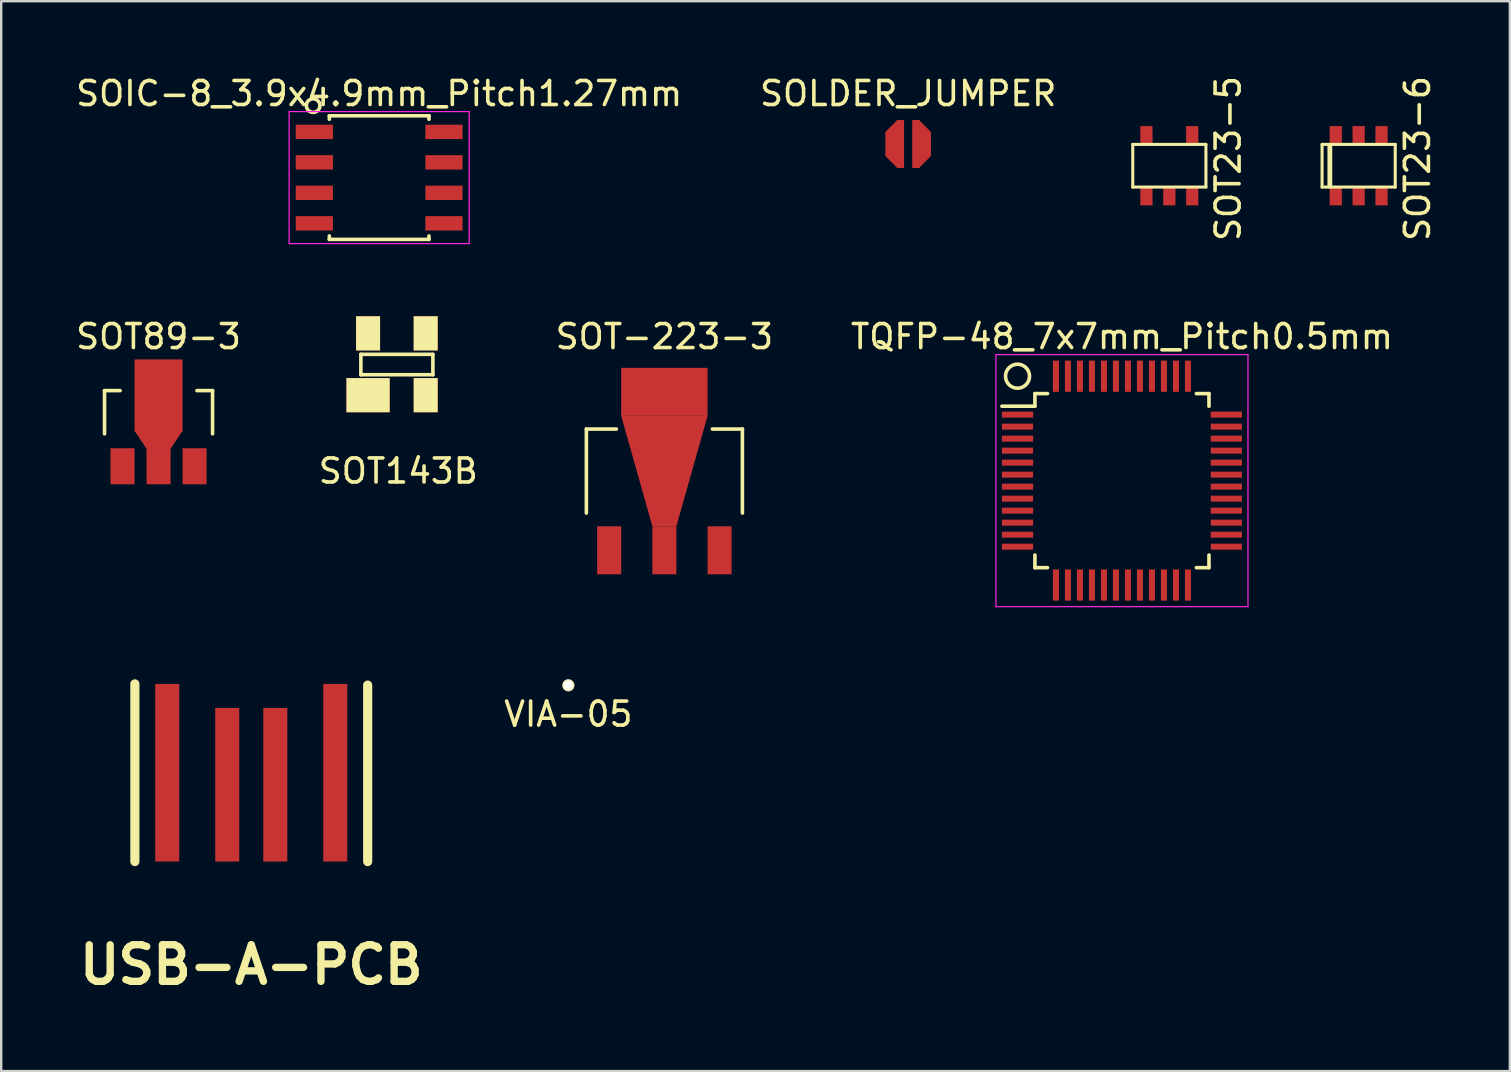
<source format=kicad_pcb>
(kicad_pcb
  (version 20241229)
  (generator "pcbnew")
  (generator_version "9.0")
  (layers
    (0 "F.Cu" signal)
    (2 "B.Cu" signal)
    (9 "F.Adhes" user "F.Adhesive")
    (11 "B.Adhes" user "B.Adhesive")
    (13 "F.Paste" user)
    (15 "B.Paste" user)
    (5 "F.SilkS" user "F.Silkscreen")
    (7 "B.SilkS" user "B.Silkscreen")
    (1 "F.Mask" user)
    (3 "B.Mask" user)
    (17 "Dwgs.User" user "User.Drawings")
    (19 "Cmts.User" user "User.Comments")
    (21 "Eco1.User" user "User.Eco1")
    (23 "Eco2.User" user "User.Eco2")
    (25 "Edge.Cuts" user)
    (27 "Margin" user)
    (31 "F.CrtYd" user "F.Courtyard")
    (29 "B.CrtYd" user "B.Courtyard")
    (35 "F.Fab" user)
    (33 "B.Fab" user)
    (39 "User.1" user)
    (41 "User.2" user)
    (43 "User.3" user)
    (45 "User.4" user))
  (footprint "USB-A-PCB"
    (layer "F.Cu")
    (at 7.417 29.138)
    (property "Reference" "USB-A-PCB" (at 0 8.001 0) (layer "F.SilkS") (effects (font (size 1.524 1.524) (thickness 0.305))))
    (attr through_hole)
    (fp_line (start -4.849 3.701) (end -4.849 -3.701) (stroke (width 0.381) (type solid)) (layer "F.SilkS"))
    (fp_line (start 4.849 3.701) (end 4.849 -3.65) (stroke (width 0.381) (type solid)) (layer "F.SilkS"))
    (pad "1" smd rect (at -3.5 0) (size 1.001 7.399) (layers "F.Cu" "F.Mask" "F.Paste"))
    (pad "2" smd rect (at -1.001 0.5) (size 1.001 6.401) (layers "F.Cu" "F.Mask" "F.Paste"))
    (pad "3" smd rect (at 1.001 0.5) (size 1.001 6.401) (layers "F.Cu" "F.Mask" "F.Paste"))
    (pad "4" smd rect (at 3.5 0) (size 1.001 7.399) (layers "F.Cu" "F.Mask" "F.Paste")))
  (footprint "SOT23-6"
    (layer "F.Cu")
    (at 53.545 3.854)
    (property "Reference" "SOT23-6" (at 2.45 -0.3 90) (layer "F.SilkS") (effects (font (size 1 1) (thickness 0.15))))
    (attr smd)
    (fp_line (start -1.524 -0.889) (end 1.524 -0.889) (stroke (width 0.127) (type solid)) (layer "F.SilkS"))
    (fp_line (start -1.524 0.889) (end -1.524 -0.889) (stroke (width 0.127) (type solid)) (layer "F.SilkS"))
    (fp_line (start -1.2 -0.85) (end -1.2 0.85) (stroke (width 0.2) (type solid)) (layer "F.SilkS"))
    (fp_line (start 1.524 -0.889) (end 1.524 0.889) (stroke (width 0.127) (type solid)) (layer "F.SilkS"))
    (fp_line (start 1.524 0.889) (end -1.524 0.889) (stroke (width 0.127) (type solid)) (layer "F.SilkS"))
    (pad "1" smd rect (at -0.953 1.27) (size 0.508 0.762) (layers "F.Cu" "F.Mask" "F.Paste"))
    (pad "2" smd rect (at 0 1.27) (size 0.508 0.762) (layers "F.Cu" "F.Mask" "F.Paste"))
    (pad "3" smd rect (at 0.953 1.27) (size 0.508 0.762) (layers "F.Cu" "F.Mask" "F.Paste"))
    (pad "4" smd rect (at 0.953 -1.27) (size 0.508 0.762) (layers "F.Cu" "F.Mask" "F.Paste"))
    (pad "5" smd rect (at 0 -1.27) (size 0.508 0.762) (layers "F.Cu" "F.Mask" "F.Paste"))
    (pad "6" smd rect (at -0.953 -1.27) (size 0.508 0.762) (layers "F.Cu" "F.Mask" "F.Paste")))
  (footprint "SOT-223-3"
    (layer "F.Cu")
    (at 24.625 16.572)
    (property "Reference" "SOT-223-3" (at 0 -5.6 0) (layer "F.SilkS") (effects (font (size 1 1) (thickness 0.15))))
    (attr smd)
    (fp_line (start -3.25 -1.75) (end -3.25 1.75) (stroke (width 0.15) (type solid)) (layer "F.SilkS"))
    (fp_line (start -3.25 -1.75) (end -2 -1.75) (stroke (width 0.15) (type solid)) (layer "F.SilkS"))
    (fp_line (start 3.25 -1.75) (end 2 -1.75) (stroke (width 0.15) (type solid)) (layer "F.SilkS"))
    (fp_line (start 3.25 1.75) (end 3.25 -1.75) (stroke (width 0.15) (type solid)) (layer "F.SilkS"))
    (pad "1" smd rect (at -2.3 3.3) (size 1 2) (layers "F.Cu" "F.Mask" "F.Paste"))
    (pad "2" smd rect (at 0 -3.3) (size 3.6 2) (layers "F.Cu" "F.Mask" "F.Paste"))
    (pad "2" smd trapezoid (at 0 0) (size 2.3 4.6) (rect_delta 0 -1.3) (layers "F.Cu" "F.Mask" "F.Paste"))
    (pad "2" smd rect (at 0 3.3) (size 1 2) (layers "F.Cu" "F.Mask" "F.Paste"))
    (pad "3" smd rect (at 2.3 3.3) (size 1 2) (layers "F.Cu" "F.Mask" "F.Paste")))
  (footprint "TQFP-48_7x7mm_Pitch0.5mm"
    (layer "F.Cu")
    (at 43.685 16.971)
    (property "Reference" "TQFP-48_7x7mm_Pitch0.5mm" (at 0 -6 0) (layer "F.SilkS") (effects (font (size 1 1) (thickness 0.15))))
    (attr smd)
    (fp_line (start -3.625 -3.625) (end -3.625 -3.1) (stroke (width 0.15) (type solid)) (layer "F.SilkS"))
    (fp_line (start -3.625 -3.625) (end -3.1 -3.625) (stroke (width 0.15) (type solid)) (layer "F.SilkS"))
    (fp_line (start -3.625 -3.1) (end -5 -3.1) (stroke (width 0.15) (type solid)) (layer "F.SilkS"))
    (fp_line (start -3.625 3.625) (end -3.625 3.1) (stroke (width 0.15) (type solid)) (layer "F.SilkS"))
    (fp_line (start -3.625 3.625) (end -3.1 3.625) (stroke (width 0.15) (type solid)) (layer "F.SilkS"))
    (fp_line (start 3.625 -3.625) (end 3.1 -3.625) (stroke (width 0.15) (type solid)) (layer "F.SilkS"))
    (fp_line (start 3.625 -3.625) (end 3.625 -3.1) (stroke (width 0.15) (type solid)) (layer "F.SilkS"))
    (fp_line (start 3.625 3.625) (end 3.1 3.625) (stroke (width 0.15) (type solid)) (layer "F.SilkS"))
    (fp_line (start 3.625 3.625) (end 3.625 3.1) (stroke (width 0.15) (type solid)) (layer "F.SilkS"))
    (fp_circle (center -4.35 -4.35) (end -4.35 -4.85) (stroke (width 0.15) (type solid)) (fill no) (layer "F.SilkS"))
    (fp_line (start -5.25 -5.25) (end -5.25 5.25) (stroke (width 0.05) (type solid)) (layer "F.CrtYd"))
    (fp_line (start -5.25 -5.25) (end 5.25 -5.25) (stroke (width 0.05) (type solid)) (layer "F.CrtYd"))
    (fp_line (start -5.25 5.25) (end 5.25 5.25) (stroke (width 0.05) (type solid)) (layer "F.CrtYd"))
    (fp_line (start 5.25 -5.25) (end 5.25 5.25) (stroke (width 0.05) (type solid)) (layer "F.CrtYd"))
    (pad "1" smd rect (at -4.35 -2.75) (size 1.3 0.25) (layers "F.Cu" "F.Mask" "F.Paste"))
    (pad "2" smd rect (at -4.35 -2.25) (size 1.3 0.25) (layers "F.Cu" "F.Mask" "F.Paste"))
    (pad "3" smd rect (at -4.35 -1.75) (size 1.3 0.25) (layers "F.Cu" "F.Mask" "F.Paste"))
    (pad "4" smd rect (at -4.35 -1.25) (size 1.3 0.25) (layers "F.Cu" "F.Mask" "F.Paste"))
    (pad "5" smd rect (at -4.35 -0.75) (size 1.3 0.25) (layers "F.Cu" "F.Mask" "F.Paste"))
    (pad "6" smd rect (at -4.35 -0.25) (size 1.3 0.25) (layers "F.Cu" "F.Mask" "F.Paste"))
    (pad "7" smd rect (at -4.35 0.25) (size 1.3 0.25) (layers "F.Cu" "F.Mask" "F.Paste"))
    (pad "8" smd rect (at -4.35 0.75) (size 1.3 0.25) (layers "F.Cu" "F.Mask" "F.Paste"))
    (pad "9" smd rect (at -4.35 1.25) (size 1.3 0.25) (layers "F.Cu" "F.Mask" "F.Paste"))
    (pad "10" smd rect (at -4.35 1.75) (size 1.3 0.25) (layers "F.Cu" "F.Mask" "F.Paste"))
    (pad "11" smd rect (at -4.35 2.25) (size 1.3 0.25) (layers "F.Cu" "F.Mask" "F.Paste"))
    (pad "12" smd rect (at -4.35 2.75) (size 1.3 0.25) (layers "F.Cu" "F.Mask" "F.Paste"))
    (pad "13" smd rect (at -2.75 4.35 90) (size 1.3 0.25) (layers "F.Cu" "F.Mask" "F.Paste"))
    (pad "14" smd rect (at -2.25 4.35 90) (size 1.3 0.25) (layers "F.Cu" "F.Mask" "F.Paste"))
    (pad "15" smd rect (at -1.75 4.35 90) (size 1.3 0.25) (layers "F.Cu" "F.Mask" "F.Paste"))
    (pad "16" smd rect (at -1.25 4.35 90) (size 1.3 0.25) (layers "F.Cu" "F.Mask" "F.Paste"))
    (pad "17" smd rect (at -0.75 4.35 90) (size 1.3 0.25) (layers "F.Cu" "F.Mask" "F.Paste"))
    (pad "18" smd rect (at -0.25 4.35 90) (size 1.3 0.25) (layers "F.Cu" "F.Mask" "F.Paste"))
    (pad "19" smd rect (at 0.25 4.35 90) (size 1.3 0.25) (layers "F.Cu" "F.Mask" "F.Paste"))
    (pad "20" smd rect (at 0.75 4.35 90) (size 1.3 0.25) (layers "F.Cu" "F.Mask" "F.Paste"))
    (pad "21" smd rect (at 1.25 4.35 90) (size 1.3 0.25) (layers "F.Cu" "F.Mask" "F.Paste"))
    (pad "22" smd rect (at 1.75 4.35 90) (size 1.3 0.25) (layers "F.Cu" "F.Mask" "F.Paste"))
    (pad "23" smd rect (at 2.25 4.35 90) (size 1.3 0.25) (layers "F.Cu" "F.Mask" "F.Paste"))
    (pad "24" smd rect (at 2.75 4.35 90) (size 1.3 0.25) (layers "F.Cu" "F.Mask" "F.Paste"))
    (pad "25" smd rect (at 4.35 2.75) (size 1.3 0.25) (layers "F.Cu" "F.Mask" "F.Paste"))
    (pad "26" smd rect (at 4.35 2.25) (size 1.3 0.25) (layers "F.Cu" "F.Mask" "F.Paste"))
    (pad "27" smd rect (at 4.35 1.75) (size 1.3 0.25) (layers "F.Cu" "F.Mask" "F.Paste"))
    (pad "28" smd rect (at 4.35 1.25) (size 1.3 0.25) (layers "F.Cu" "F.Mask" "F.Paste"))
    (pad "29" smd rect (at 4.35 0.75) (size 1.3 0.25) (layers "F.Cu" "F.Mask" "F.Paste"))
    (pad "30" smd rect (at 4.35 0.25) (size 1.3 0.25) (layers "F.Cu" "F.Mask" "F.Paste"))
    (pad "31" smd rect (at 4.35 -0.25) (size 1.3 0.25) (layers "F.Cu" "F.Mask" "F.Paste"))
    (pad "32" smd rect (at 4.35 -0.75) (size 1.3 0.25) (layers "F.Cu" "F.Mask" "F.Paste"))
    (pad "33" smd rect (at 4.35 -1.25) (size 1.3 0.25) (layers "F.Cu" "F.Mask" "F.Paste"))
    (pad "34" smd rect (at 4.35 -1.75) (size 1.3 0.25) (layers "F.Cu" "F.Mask" "F.Paste"))
    (pad "35" smd rect (at 4.35 -2.25) (size 1.3 0.25) (layers "F.Cu" "F.Mask" "F.Paste"))
    (pad "36" smd rect (at 4.35 -2.75) (size 1.3 0.25) (layers "F.Cu" "F.Mask" "F.Paste"))
    (pad "37" smd rect (at 2.75 -4.35 90) (size 1.3 0.25) (layers "F.Cu" "F.Mask" "F.Paste"))
    (pad "38" smd rect (at 2.25 -4.35 90) (size 1.3 0.25) (layers "F.Cu" "F.Mask" "F.Paste"))
    (pad "39" smd rect (at 1.75 -4.35 90) (size 1.3 0.25) (layers "F.Cu" "F.Mask" "F.Paste"))
    (pad "40" smd rect (at 1.25 -4.35 90) (size 1.3 0.25) (layers "F.Cu" "F.Mask" "F.Paste"))
    (pad "41" smd rect (at 0.75 -4.35 90) (size 1.3 0.25) (layers "F.Cu" "F.Mask" "F.Paste"))
    (pad "42" smd rect (at 0.25 -4.35 90) (size 1.3 0.25) (layers "F.Cu" "F.Mask" "F.Paste"))
    (pad "43" smd rect (at -0.25 -4.35 90) (size 1.3 0.25) (layers "F.Cu" "F.Mask" "F.Paste"))
    (pad "44" smd rect (at -0.75 -4.35 90) (size 1.3 0.25) (layers "F.Cu" "F.Mask" "F.Paste"))
    (pad "45" smd rect (at -1.25 -4.35 90) (size 1.3 0.25) (layers "F.Cu" "F.Mask" "F.Paste"))
    (pad "46" smd rect (at -1.75 -4.35 90) (size 1.3 0.25) (layers "F.Cu" "F.Mask" "F.Paste"))
    (pad "47" smd rect (at -2.25 -4.35 90) (size 1.3 0.25) (layers "F.Cu" "F.Mask" "F.Paste"))
    (pad "48" smd rect (at -2.75 -4.35 90) (size 1.3 0.25) (layers "F.Cu" "F.Mask" "F.Paste")))
  (footprint "SOIC-8_3.9x4.9mm_Pitch1.27mm"
    (layer "F.Cu")
    (at 12.744 4.348)
    (property "Reference" "SOIC-8_3.9x4.9mm_Pitch1.27mm" (at 0 -3.5 0) (layer "F.SilkS") (effects (font (size 1 1) (thickness 0.15))))
    (attr smd)
    (fp_line (start -2.075 -2.575) (end -2.075 -2.43) (stroke (width 0.15) (type solid)) (layer "F.SilkS"))
    (fp_line (start -2.075 -2.575) (end 2.075 -2.575) (stroke (width 0.15) (type solid)) (layer "F.SilkS"))
    (fp_line (start -2.075 2.575) (end -2.075 2.43) (stroke (width 0.15) (type solid)) (layer "F.SilkS"))
    (fp_line (start -2.075 2.575) (end 2.075 2.575) (stroke (width 0.15) (type solid)) (layer "F.SilkS"))
    (fp_line (start 2.075 -2.575) (end 2.075 -2.43) (stroke (width 0.15) (type solid)) (layer "F.SilkS"))
    (fp_line (start 2.075 2.575) (end 2.075 2.43) (stroke (width 0.15) (type solid)) (layer "F.SilkS"))
    (fp_circle (center -2.75 -3) (end -2.55 -2.8) (stroke (width 0.15) (type solid)) (fill no) (layer "F.SilkS"))
    (fp_line (start -3.75 -2.75) (end -3.75 2.75) (stroke (width 0.05) (type solid)) (layer "F.CrtYd"))
    (fp_line (start -3.75 -2.75) (end 3.75 -2.75) (stroke (width 0.05) (type solid)) (layer "F.CrtYd"))
    (fp_line (start -3.75 2.75) (end 3.75 2.75) (stroke (width 0.05) (type solid)) (layer "F.CrtYd"))
    (fp_line (start 3.75 -2.75) (end 3.75 2.75) (stroke (width 0.05) (type solid)) (layer "F.CrtYd"))
    (pad "1" smd rect (at -2.7 -1.905) (size 1.55 0.6) (layers "F.Cu" "F.Mask" "F.Paste"))
    (pad "2" smd rect (at -2.7 -0.635) (size 1.55 0.6) (layers "F.Cu" "F.Mask" "F.Paste"))
    (pad "3" smd rect (at -2.7 0.635) (size 1.55 0.6) (layers "F.Cu" "F.Mask" "F.Paste"))
    (pad "4" smd rect (at -2.7 1.905) (size 1.55 0.6) (layers "F.Cu" "F.Mask" "F.Paste"))
    (pad "5" smd rect (at 2.7 1.905) (size 1.55 0.6) (layers "F.Cu" "F.Mask" "F.Paste"))
    (pad "6" smd rect (at 2.7 0.635) (size 1.55 0.6) (layers "F.Cu" "F.Mask" "F.Paste"))
    (pad "7" smd rect (at 2.7 -0.635) (size 1.55 0.6) (layers "F.Cu" "F.Mask" "F.Paste"))
    (pad "8" smd rect (at 2.7 -1.905) (size 1.55 0.6) (layers "F.Cu" "F.Mask" "F.Paste")))
  (footprint "SOT89-3"
    (layer "F.Cu")
    (at 3.554 14.521)
    (property "Reference" "SOT89-3" (at 0 -3.55 0) (layer "F.SilkS") (effects (font (size 1 1) (thickness 0.15))))
    (attr smd)
    (fp_line (start -2.25 -1.3) (end -2.25 0.5) (stroke (width 0.15) (type solid)) (layer "F.SilkS"))
    (fp_line (start -2.25 -1.3) (end -1.6 -1.3) (stroke (width 0.15) (type solid)) (layer "F.SilkS"))
    (fp_line (start 2.25 -1.3) (end 1.6 -1.3) (stroke (width 0.15) (type solid)) (layer "F.SilkS"))
    (fp_line (start 2.25 -1.3) (end 2.25 0.5) (stroke (width 0.15) (type solid)) (layer "F.SilkS"))
    (pad "1" smd rect (at -1.501 1.852) (size 1.001 1.501) (layers "F.Cu" "F.Mask" "F.Paste"))
    (pad "2" smd rect (at 0 -1.1) (size 1.999 3) (layers "F.Cu" "F.Mask" "F.Paste"))
    (pad "2" smd trapezoid (at 0 0.749 180) (size 1.501 0.749) (rect_delta 0 0.5) (layers "F.Cu" "F.Mask" "F.Paste"))
    (pad "2" smd rect (at 0 1.852) (size 1.001 1.501) (layers "F.Cu" "F.Mask" "F.Paste"))
    (pad "3" smd rect (at 1.501 1.852) (size 1.001 1.501) (layers "F.Cu" "F.Mask" "F.Paste")))
  (footprint "VIA-05"
    (layer "F.Cu")
    (at 20.625 25.497)
    (property "Reference" "VIA-05" (at 0 1.2 0) (layer "F.SilkS") (effects (font (size 1 1) (thickness 0.15))))
    (attr through_hole)
    (pad "" thru_hole circle (at 0 0) (size 0.5 0.5) (drill 0.4) (layers "*.Cu" "*.Mask" "F.SilkS")))
  (footprint "SOLDER_JUMPER"
    (layer "F.Cu")
    (at 34.78 2.948)
    (property "Reference" "SOLDER_JUMPER" (at 0 -2.1 0) (layer "F.SilkS") (effects (font (size 1 1) (thickness 0.15))))
    (attr through_hole)
    (pad "1" smd trapezoid (at -0.7 0) (size 0.5 1.5) (rect_delta -0.5 0) (layers "F.Cu" "F.Mask" "F.Paste"))
    (pad "1" smd rect (at -0.32 0) (size 0.3 2) (layers "F.Cu" "F.Mask" "F.Paste"))
    (pad "2" smd rect (at 0.32 0) (size 0.3 2) (layers "F.Cu" "F.Mask" "F.Paste"))
    (pad "2" smd trapezoid (at 0.7 0) (size 0.5 1.5) (rect_delta 0.5 0) (layers "F.Cu" "F.Mask" "F.Paste")))
  (footprint "SOT143B"
    (layer "F.Cu")
    (at 13.482 13.411)
    (property "Reference" "SOT143B" (at 0.06 3.16 0) (layer "F.SilkS") (effects (font (size 1 1) (thickness 0.15))))
    (attr through_hole)
    (fp_line (start -1.5 -1.7) (end -1.5 -0.85) (stroke (width 0.15) (type solid)) (layer "F.SilkS"))
    (fp_line (start -1.5 -0.85) (end 1.5 -0.85) (stroke (width 0.15) (type solid)) (layer "F.SilkS"))
    (fp_line (start 1.5 -1.7) (end -1.5 -1.7) (stroke (width 0.15) (type solid)) (layer "F.SilkS"))
    (fp_line (start 1.5 -0.85) (end 1.5 -1.7) (stroke (width 0.15) (type solid)) (layer "F.SilkS"))
    (pad "1" smd rect (at -1.2 0) (size 1.8 1.425) (layers "F.Cu" "F.Mask" "F.SilkS"))
    (pad "2" smd rect (at 1.2 0) (size 1 1.425) (layers "F.Cu" "F.Mask" "F.SilkS"))
    (pad "3" smd rect (at 1.2 -2.575) (size 1 1.425) (layers "F.Cu" "F.Mask" "F.SilkS"))
    (pad "4" smd rect (at -1.2 -2.575) (size 1 1.425) (layers "F.Cu" "F.Mask" "F.SilkS")))
  (footprint "SOT23-5"
    (layer "F.Cu")
    (at 45.659 3.854)
    (property "Reference" "SOT23-5" (at 2.45 -0.3 90) (layer "F.SilkS") (effects (font (size 1 1) (thickness 0.15))))
    (attr smd)
    (fp_line (start -1.524 -0.889) (end 1.524 -0.889) (stroke (width 0.127) (type solid)) (layer "F.SilkS"))
    (fp_line (start -1.524 0.889) (end -1.524 -0.889) (stroke (width 0.127) (type solid)) (layer "F.SilkS"))
    (fp_line (start 1.524 -0.889) (end 1.524 0.889) (stroke (width 0.127) (type solid)) (layer "F.SilkS"))
    (fp_line (start 1.524 0.889) (end -1.524 0.889) (stroke (width 0.127) (type solid)) (layer "F.SilkS"))
    (pad "1" smd rect (at -0.953 1.27) (size 0.508 0.762) (layers "F.Cu" "F.Mask" "F.Paste"))
    (pad "2" smd rect (at 0 1.27) (size 0.508 0.762) (layers "F.Cu" "F.Mask" "F.Paste"))
    (pad "3" smd rect (at 0.953 1.27) (size 0.508 0.762) (layers "F.Cu" "F.Mask" "F.Paste"))
    (pad "4" smd rect (at 0.953 -1.27) (size 0.508 0.762) (layers "F.Cu" "F.Mask" "F.Paste"))
    (pad "5" smd rect (at -0.953 -1.27) (size 0.508 0.762) (layers "F.Cu" "F.Mask" "F.Paste")))
  (gr_rect
    (start -3 -3)
    (end 59.843 41.565)
    (stroke (width 0.1) (type default))
    (fill no)
    (layer "Edge.Cuts")))
</source>
